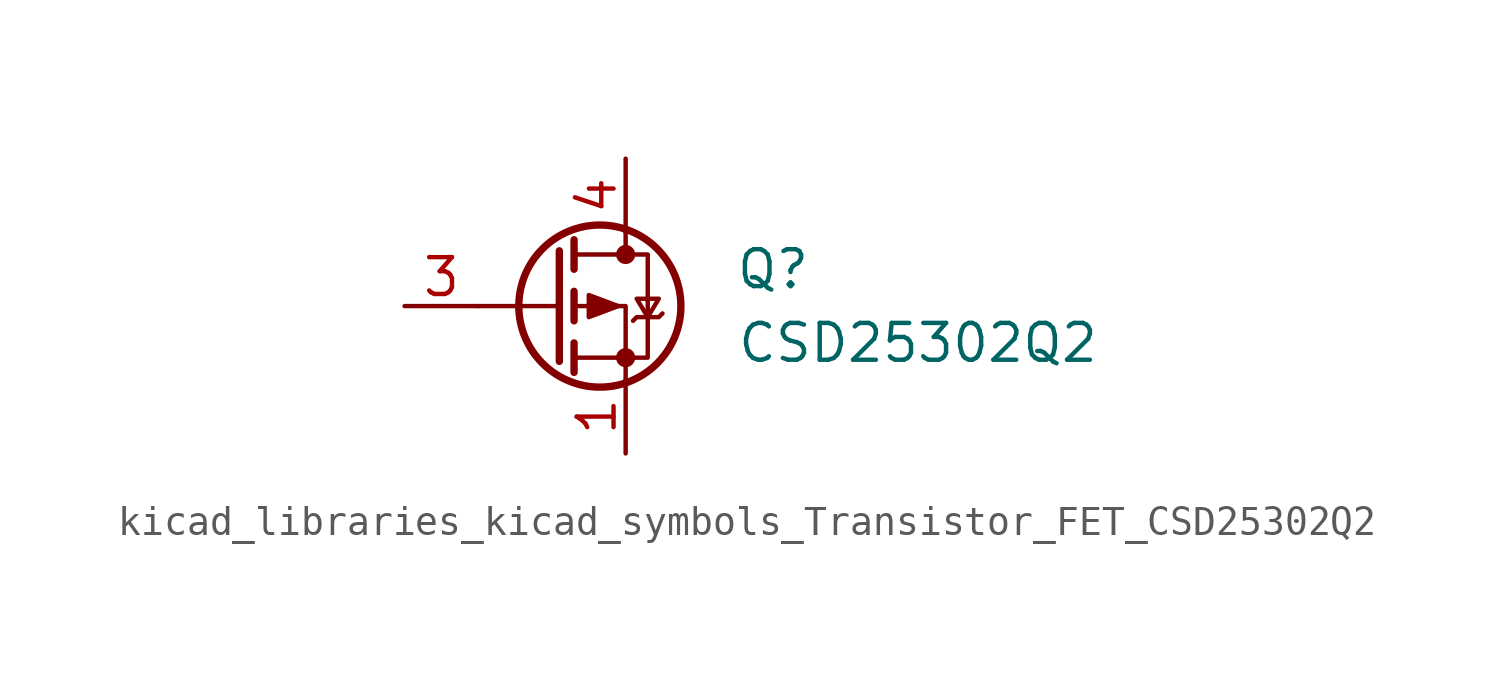
<source format=kicad_sym>
(kicad_symbol_lib
  (version 20220914)
  (generator kicad_symbol_editor)
  (symbol "kicad_libraries_kicad_symbols_Transistor_FET_CSD25302Q2"
    (pin_names hide)
    (property "Reference" "Q"
      (at 5.08 1.27 0)
      (effects (font (size 1.27 1.27))))
    (property "Value" "CSD25302Q2"
      (at 3.81 -1.27 0)
      (effects (font (size 1.27 1.27)) (justify left)))
    (symbol "kicad_libraries_kicad_symbols_Transistor_FET_CSD25302Q2_0_1"
      (circle (center -0.889 0) (radius 2.794) (stroke (width 0.254) (type default)) (fill (type none)))
      (circle (center 0 -1.778) (radius 0.254) (stroke (width 0) (type default)) (fill (type outline)))
      (polyline (pts (xy -2.286 0) (xy -5.08 0)) (stroke (width 0) (type default)) (fill (type none)))
      (polyline (pts (xy -2.286 1.905) (xy -2.286 -1.905)) (stroke (width 0.254) (type default)) (fill (type none)))
      (polyline (pts (xy -1.778 -1.27) (xy -1.778 -2.286)) (stroke (width 0.254) (type default)) (fill (type none)))
      (polyline (pts (xy -1.778 0.508) (xy -1.778 -0.508)) (stroke (width 0.254) (type default)) (fill (type none)))
      (polyline (pts (xy -1.778 2.286) (xy -1.778 1.27)) (stroke (width 0.254) (type default)) (fill (type none)))
      (polyline (pts (xy 0 2.54) (xy 0 1.778)) (stroke (width 0) (type default)) (fill (type none)))
      (polyline (pts (xy 0 -2.54) (xy 0 0) (xy -1.778 0)) (stroke (width 0) (type default)) (fill (type none)))
      (polyline (pts (xy -1.778 1.778) (xy 0.762 1.778) (xy 0.762 -1.778) (xy -1.778 -1.778)) (stroke (width 0) (type default)) (fill (type none)))
      (polyline (pts (xy -0.254 0) (xy -1.27 0.381) (xy -1.27 -0.381) (xy -0.254 0)) (stroke (width 0) (type default)) (fill (type outline)))
      (polyline (pts (xy 0.254 -0.508) (xy 0.381 -0.381) (xy 1.143 -0.381) (xy 1.27 -0.254)) (stroke (width 0) (type default)) (fill (type none)))
      (polyline (pts (xy 0.762 -0.381) (xy 0.381 0.254) (xy 1.143 0.254) (xy 0.762 -0.381)) (stroke (width 0) (type default)) (fill (type none)))
      (circle (center 0 1.778) (radius 0.254) (stroke (width 0) (type default)) (fill (type outline))))
    (symbol "kicad_libraries_kicad_symbols_Transistor_FET_CSD25302Q2_1_1"
      (pin passive line (at 0 -5.08 90) (length 2.54) (name "S" (effects (font (size 1.27 1.27)))) (number "1" (effects (font (size 1.27 1.27)))))
      (pin passive line (at 0 -5.08 90) (length 2.54) hide (name "S" (effects (font (size 1.27 1.27)))) (number "2" (effects (font (size 1.27 1.27)))))
      (pin passive line (at -7.62 0 0) (length 2.54) (name "G" (effects (font (size 1.27 1.27)))) (number "3" (effects (font (size 1.27 1.27)))))
      (pin passive line (at 0 5.08 270) (length 2.54) (name "D" (effects (font (size 1.27 1.27)))) (number "4" (effects (font (size 1.27 1.27)))))
      (pin passive line (at 0 -5.08 90) (length 2.54) hide (name "S" (effects (font (size 1.27 1.27)))) (number "5" (effects (font (size 1.27 1.27)))))
      (pin passive line (at 0 -5.08 90) (length 2.54) hide (name "S" (effects (font (size 1.27 1.27)))) (number "6" (effects (font (size 1.27 1.27)))))
      (pin passive line (at 0 5.08 270) (length 2.54) hide (name "D" (effects (font (size 1.27 1.27)))) (number "7" (effects (font (size 1.27 1.27)))))
      (pin passive line (at 0 -5.08 90) (length 2.54) hide (name "S" (effects (font (size 1.27 1.27)))) (number "8" (effects (font (size 1.27 1.27))))))))
</source>
